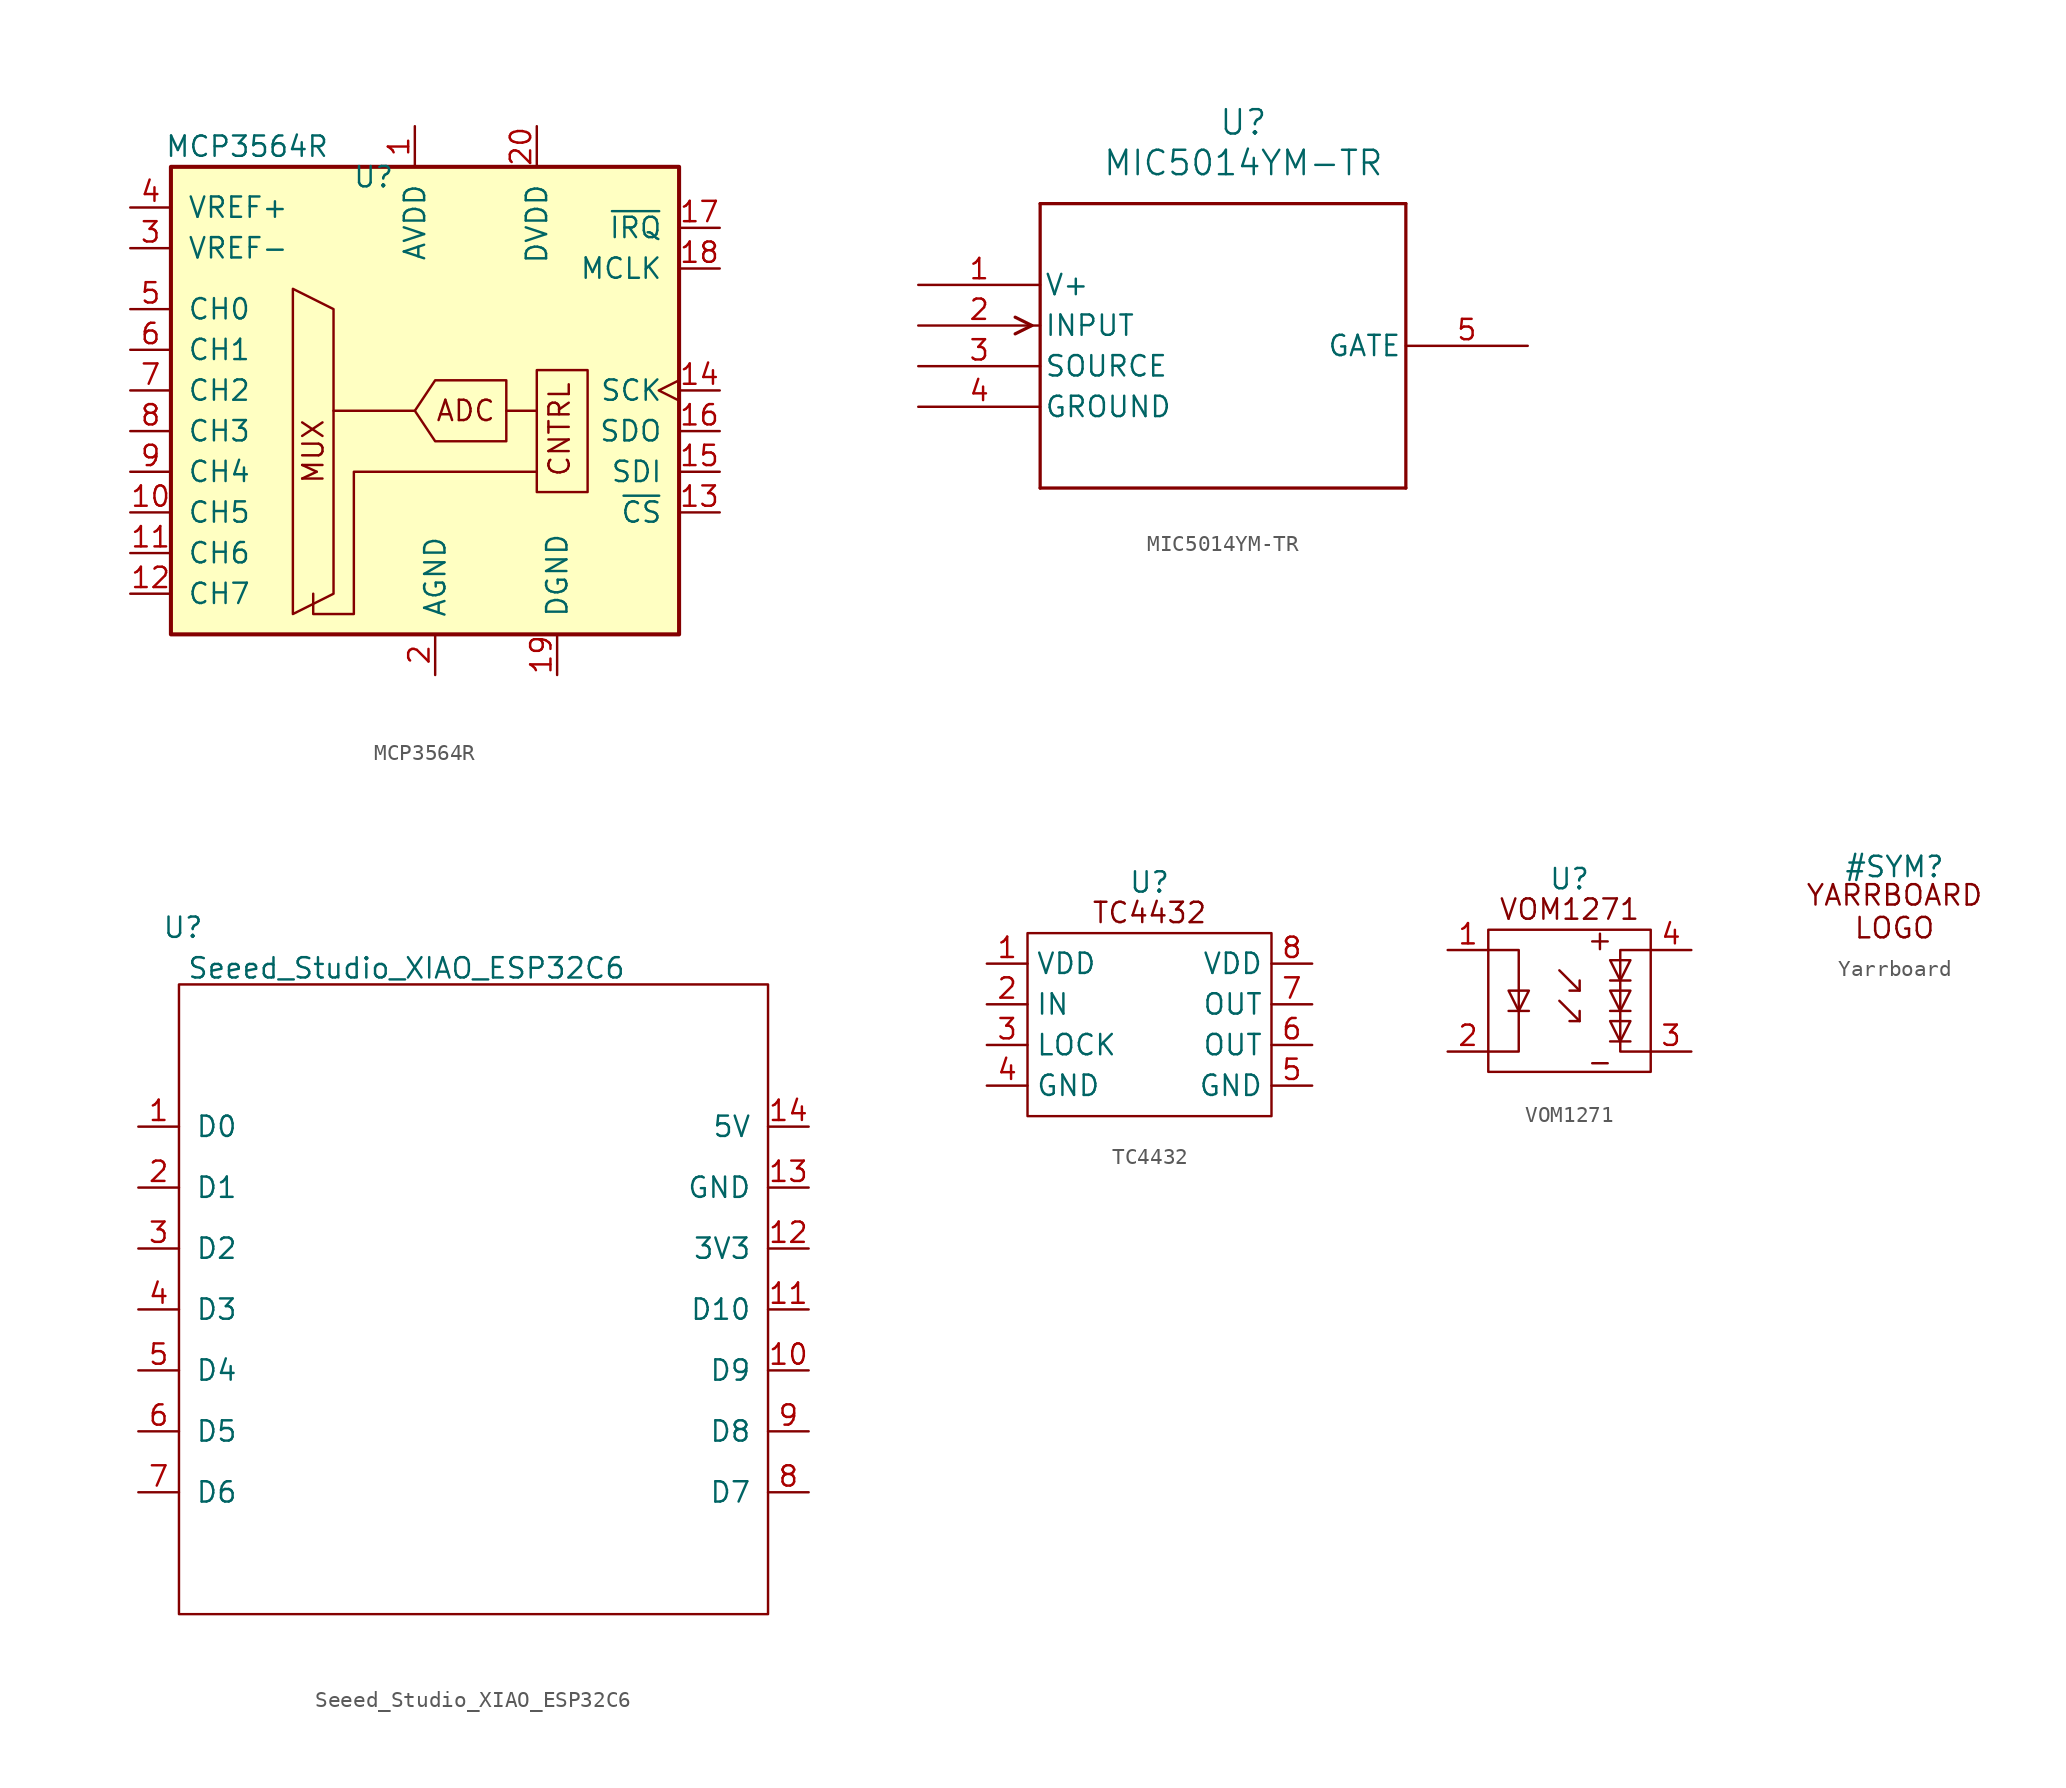
<source format=kicad_sym>
(kicad_symbol_lib
  (version 20231120)
  (generator "kicad_symbol_editor")
  (generator_version "8.0")
  (symbol "MCP3564R"
    (pin_names
      (offset 1.016))
    (property "Reference" "U"
      (at -5.08 15.875 0)
      (effects (font (size 1.27 1.27)) (justify right)))
    (property "Value" "MCP3564R"
      (at -9.144 17.78 0)
      (effects (font (size 1.27 1.27)) (justify right)))
    (symbol "MCP3564R_0_0"
      (text "ADC" (at -0.635 1.27 0) (effects (font (size 1.27 1.27))))
      (text "CNTRL" (at 5.969 -2.921 900) (effects (font (size 1.27 1.27)) (justify left bottom)))
      (text "MUX" (at -10.16 -1.27 900) (effects (font (size 1.27 1.27)))))
    (symbol "MCP3564R_0_1"
      (rectangle (start -19.05 16.51) (end 12.7 -12.7) (stroke (width 0.254) (type default)) (fill (type background)))
      (polyline (pts (xy -3.81 1.27) (xy -8.89 1.27)) (stroke (width 0) (type default)) (fill (type none)))
      (polyline (pts (xy 1.905 1.27) (xy 3.81 1.27)) (stroke (width 0) (type default)) (fill (type none)))
      (polyline (pts (xy -11.43 8.89) (xy -11.43 -11.43) (xy -8.89 -10.16) (xy -8.89 7.62) (xy -11.43 8.89)) (stroke (width 0) (type default)) (fill (type none)))
      (polyline (pts (xy 3.81 -2.54) (xy -7.62 -2.54) (xy -7.62 -11.43) (xy -10.16 -11.43) (xy -10.16 -10.16)) (stroke (width 0) (type default)) (fill (type none)))
      (polyline (pts (xy 1.905 3.175) (xy 1.905 -0.635) (xy -2.54 -0.635) (xy -3.81 1.27) (xy -2.54 3.175) (xy 1.905 3.175)) (stroke (width 0) (type default)) (fill (type none)))
      (rectangle (start 3.81 -3.81) (end 6.985 3.81) (stroke (width 0) (type default)) (fill (type none))))
    (symbol "MCP3564R_1_1"
      (pin power_in line (at -3.81 19.05 270) (length 2.54) (name "AVDD" (effects (font (size 1.27 1.27)))) (number "1" (effects (font (size 1.27 1.27)))))
      (pin input line (at -21.59 -5.08 0) (length 2.54) (name "CH5" (effects (font (size 1.27 1.27)))) (number "10" (effects (font (size 1.27 1.27)))))
      (pin input line (at -21.59 -7.62 0) (length 2.54) (name "CH6" (effects (font (size 1.27 1.27)))) (number "11" (effects (font (size 1.27 1.27)))))
      (pin input line (at -21.59 -10.16 0) (length 2.54) (name "CH7" (effects (font (size 1.27 1.27)))) (number "12" (effects (font (size 1.27 1.27)))))
      (pin input line (at 15.24 -5.08 180) (length 2.54) (name "~{CS}" (effects (font (size 1.27 1.27)))) (number "13" (effects (font (size 1.27 1.27)))))
      (pin input clock (at 15.24 2.54 180) (length 2.54) (name "SCK" (effects (font (size 1.27 1.27)))) (number "14" (effects (font (size 1.27 1.27)))))
      (pin input line (at 15.24 -2.54 180) (length 2.54) (name "SDI" (effects (font (size 1.27 1.27)))) (number "15" (effects (font (size 1.27 1.27)))))
      (pin output line (at 15.24 0 180) (length 2.54) (name "SDO" (effects (font (size 1.27 1.27)))) (number "16" (effects (font (size 1.27 1.27)))))
      (pin power_in line (at 15.24 12.7 180) (length 2.54) (name "~{IRQ}" (effects (font (size 1.27 1.27)))) (number "17" (effects (font (size 1.27 1.27)))))
      (pin power_in line (at 15.24 10.16 180) (length 2.54) (name "MCLK" (effects (font (size 1.27 1.27)))) (number "18" (effects (font (size 1.27 1.27)))))
      (pin power_in line (at 5.08 -15.24 90) (length 2.54) (name "DGND" (effects (font (size 1.27 1.27)))) (number "19" (effects (font (size 1.27 1.27)))))
      (pin power_in line (at -2.54 -15.24 90) (length 2.54) (name "AGND" (effects (font (size 1.27 1.27)))) (number "2" (effects (font (size 1.27 1.27)))))
      (pin power_in line (at 3.81 19.05 270) (length 2.54) (name "DVDD" (effects (font (size 1.27 1.27)))) (number "20" (effects (font (size 1.27 1.27)))))
      (pin power_in line (at -21.59 11.43 0) (length 2.54) (name "VREF-" (effects (font (size 1.27 1.27)))) (number "3" (effects (font (size 1.27 1.27)))))
      (pin power_in line (at -21.59 13.97 0) (length 2.54) (name "VREF+" (effects (font (size 1.27 1.27)))) (number "4" (effects (font (size 1.27 1.27)))))
      (pin input line (at -21.59 7.62 0) (length 2.54) (name "CH0" (effects (font (size 1.27 1.27)))) (number "5" (effects (font (size 1.27 1.27)))))
      (pin input line (at -21.59 5.08 0) (length 2.54) (name "CH1" (effects (font (size 1.27 1.27)))) (number "6" (effects (font (size 1.27 1.27)))))
      (pin input line (at -21.59 2.54 0) (length 2.54) (name "CH2" (effects (font (size 1.27 1.27)))) (number "7" (effects (font (size 1.27 1.27)))))
      (pin input line (at -21.59 0 0) (length 2.54) (name "CH3" (effects (font (size 1.27 1.27)))) (number "8" (effects (font (size 1.27 1.27)))))
      (pin input line (at -21.59 -2.54 0) (length 2.54) (name "CH4" (effects (font (size 1.27 1.27)))) (number "9" (effects (font (size 1.27 1.27)))))))
  (symbol "MIC5014YM-TR"
    (pin_names
      (offset 0.254))
    (property "Reference" "U"
      (at 33.02 10.16 0)
      (effects (font (size 1.524 1.524))))
    (property "Value" "MIC5014YM-TR"
      (at 33.02 7.62 0)
      (effects (font (size 1.524 1.524))))
    (property "ki_locked" ""
      (at 0 0 0)
      (effects (font (size 1.27 1.27))))
    (symbol "MIC5014YM-TR_0_1"
      (polyline (pts (xy 19.799 -2.54) (xy 18.758 -3.061)) (stroke (width 0.203) (type default)) (fill (type none)))
      (polyline (pts (xy 19.799 -2.54) (xy 18.758 -2.019)) (stroke (width 0.203) (type default)) (fill (type none)))
      (polyline (pts (xy 20.32 -12.7) (xy 43.18 -12.7)) (stroke (width 0.203) (type default)) (fill (type none)))
      (polyline (pts (xy 20.32 5.08) (xy 20.32 -12.7)) (stroke (width 0.203) (type default)) (fill (type none)))
      (polyline (pts (xy 43.18 -12.7) (xy 43.18 5.08)) (stroke (width 0.203) (type default)) (fill (type none)))
      (polyline (pts (xy 43.18 5.08) (xy 20.32 5.08)) (stroke (width 0.203) (type default)) (fill (type none)))
      (pin power_in line (at 12.7 0 0) (length 7.62) (name "V+" (effects (font (size 1.27 1.27)))) (number "1" (effects (font (size 1.27 1.27)))))
      (pin input line (at 12.7 -2.54 0) (length 7.62) (name "INPUT" (effects (font (size 1.27 1.27)))) (number "2" (effects (font (size 1.27 1.27)))))
      (pin unspecified line (at 12.7 -5.08 0) (length 7.62) (name "SOURCE" (effects (font (size 1.27 1.27)))) (number "3" (effects (font (size 1.27 1.27)))))
      (pin power_in line (at 12.7 -7.62 0) (length 7.62) (name "GROUND" (effects (font (size 1.27 1.27)))) (number "4" (effects (font (size 1.27 1.27)))))
      (pin unspecified line (at 50.8 -3.81 180) (length 7.62) (name "GATE" (effects (font (size 1.27 1.27)))) (number "5" (effects (font (size 1.27 1.27))))))
    (symbol "MIC5014YM-TR_1_1"
      (pin no_connect line (at 45.72 -1.27 180) (length 2.54) hide (name "NC" (effects (font (size 1.27 1.27)))) (number "6" (effects (font (size 1.27 1.27)))))
      (pin no_connect line (at 45.72 1.27 180) (length 2.54) hide (name "NC" (effects (font (size 1.27 1.27)))) (number "7" (effects (font (size 1.27 1.27)))))
      (pin no_connect line (at 45.72 3.81 180) (length 2.54) hide (name "NC" (effects (font (size 1.27 1.27)))) (number "8" (effects (font (size 1.27 1.27)))))))
  (symbol "Seeed_Studio_XIAO_ESP32C6"
    (pin_names
      (offset 1.016))
    (property "Reference" "U"
      (at -18.796 23.876 0)
      (effects (font (size 1.27 1.27))))
    (property "Value" "Seeed_Studio_XIAO_ESP32C6"
      (at -4.826 21.336 0)
      (effects (font (size 1.27 1.27))))
    (symbol "Seeed_Studio_XIAO_ESP32C6_0_1"
      (rectangle (start -19.05 20.32) (end 17.78 -19.05) (stroke (width 0) (type default)) (fill (type none))))
    (symbol "Seeed_Studio_XIAO_ESP32C6_1_1"
      (pin bidirectional line (at -21.59 11.43 0) (length 2.54) (name "D0" (effects (font (size 1.27 1.27)))) (number "1" (effects (font (size 1.27 1.27)))))
      (pin bidirectional line (at 20.32 -3.81 180) (length 2.54) (name "D9" (effects (font (size 1.27 1.27)))) (number "10" (effects (font (size 1.27 1.27)))))
      (pin bidirectional line (at 20.32 0 180) (length 2.54) (name "D10" (effects (font (size 1.27 1.27)))) (number "11" (effects (font (size 1.27 1.27)))))
      (pin power_in line (at 20.32 3.81 180) (length 2.54) (name "3V3" (effects (font (size 1.27 1.27)))) (number "12" (effects (font (size 1.27 1.27)))))
      (pin power_in line (at 20.32 7.62 180) (length 2.54) (name "GND" (effects (font (size 1.27 1.27)))) (number "13" (effects (font (size 1.27 1.27)))))
      (pin power_in line (at 20.32 11.43 180) (length 2.54) (name "5V" (effects (font (size 1.27 1.27)))) (number "14" (effects (font (size 1.27 1.27)))))
      (pin bidirectional line (at -21.59 7.62 0) (length 2.54) (name "D1" (effects (font (size 1.27 1.27)))) (number "2" (effects (font (size 1.27 1.27)))))
      (pin bidirectional line (at -21.59 3.81 0) (length 2.54) (name "D2" (effects (font (size 1.27 1.27)))) (number "3" (effects (font (size 1.27 1.27)))))
      (pin bidirectional line (at -21.59 0 0) (length 2.54) (name "D3" (effects (font (size 1.27 1.27)))) (number "4" (effects (font (size 1.27 1.27)))))
      (pin bidirectional line (at -21.59 -3.81 0) (length 2.54) (name "D4" (effects (font (size 1.27 1.27)))) (number "5" (effects (font (size 1.27 1.27)))))
      (pin bidirectional line (at -21.59 -7.62 0) (length 2.54) (name "D5" (effects (font (size 1.27 1.27)))) (number "6" (effects (font (size 1.27 1.27)))))
      (pin bidirectional line (at -21.59 -11.43 0) (length 2.54) (name "D6" (effects (font (size 1.27 1.27)))) (number "7" (effects (font (size 1.27 1.27)))))
      (pin bidirectional line (at 20.32 -11.43 180) (length 2.54) (name "D7" (effects (font (size 1.27 1.27)))) (number "8" (effects (font (size 1.27 1.27)))))
      (pin bidirectional line (at 20.32 -7.62 180) (length 2.54) (name "D8" (effects (font (size 1.27 1.27)))) (number "9" (effects (font (size 1.27 1.27)))))))
  (symbol "TC4432"
    (property "Reference" "U"
      (at 0 0 0)
      (effects (font (size 1.27 1.27))))
    (property "Value" ""
      (at 0 0 0)
      (effects (font (size 1.27 1.27))))
    (symbol "TC4432_0_1"
      (polyline (pts (xy -7.62 -3.175) (xy -7.62 -14.605) (xy 7.62 -14.605) (xy 7.62 -3.175) (xy -7.62 -3.175)) (stroke (width 0) (type default)) (fill (type none))))
    (symbol "TC4432_1_1"
      (text "TC4432" (at 0 -1.905 0) (effects (font (size 1.27 1.27))))
      (pin input line (at -10.16 -5.08 0) (length 2.54) (name "VDD" (effects (font (size 1.27 1.27)))) (number "1" (effects (font (size 1.27 1.27)))))
      (pin input line (at -10.16 -7.62 0) (length 2.54) (name "IN" (effects (font (size 1.27 1.27)))) (number "2" (effects (font (size 1.27 1.27)))))
      (pin input line (at -10.16 -10.16 0) (length 2.54) (name "LOCK" (effects (font (size 1.27 1.27)))) (number "3" (effects (font (size 1.27 1.27)))))
      (pin input line (at -10.16 -12.7 0) (length 2.54) (name "GND" (effects (font (size 1.27 1.27)))) (number "4" (effects (font (size 1.27 1.27)))))
      (pin input line (at 10.16 -12.7 180) (length 2.54) (name "GND" (effects (font (size 1.27 1.27)))) (number "5" (effects (font (size 1.27 1.27)))))
      (pin input line (at 10.16 -10.16 180) (length 2.54) (name "OUT" (effects (font (size 1.27 1.27)))) (number "6" (effects (font (size 1.27 1.27)))))
      (pin input line (at 10.16 -7.62 180) (length 2.54) (name "OUT" (effects (font (size 1.27 1.27)))) (number "7" (effects (font (size 1.27 1.27)))))
      (pin input line (at 10.16 -5.08 180) (length 2.54) (name "VDD" (effects (font (size 1.27 1.27)))) (number "8" (effects (font (size 1.27 1.27)))))))
  (symbol "VOM1271"
    (property "Reference" "U"
      (at 0 1.905 0)
      (effects (font (size 1.27 1.27))))
    (property "Value" ""
      (at 0 0 0)
      (effects (font (size 1.27 1.27))))
    (symbol "VOM1271_0_1"
      (rectangle (start -5.08 -1.27) (end 5.08 -10.16) (stroke (width 0) (type default)) (fill (type none)))
      (polyline (pts (xy -3.175 -6.35) (xy -3.81 -6.35) (xy -2.54 -6.35)) (stroke (width 0) (type default)) (fill (type none)))
      (polyline (pts (xy 3.175 -8.255) (xy 2.54 -8.255) (xy 3.81 -8.255)) (stroke (width 0) (type default)) (fill (type none)))
      (polyline (pts (xy 3.175 -6.35) (xy 2.54 -6.35) (xy 3.81 -6.35)) (stroke (width 0) (type default)) (fill (type none)))
      (polyline (pts (xy 3.175 -4.445) (xy 2.54 -4.445) (xy 3.81 -4.445)) (stroke (width 0) (type default)) (fill (type none)))
      (polyline (pts (xy -5.08 -2.54) (xy -3.175 -2.54) (xy -3.175 -8.89) (xy -5.08 -8.89)) (stroke (width 0) (type default)) (fill (type none)))
      (polyline (pts (xy -3.81 -5.08) (xy -2.54 -5.08) (xy -3.175 -6.35) (xy -3.81 -5.08)) (stroke (width 0) (type default)) (fill (type none)))
      (polyline (pts (xy 2.54 -6.985) (xy 3.81 -6.985) (xy 3.175 -8.255) (xy 2.54 -6.985)) (stroke (width 0) (type default)) (fill (type none)))
      (polyline (pts (xy 2.54 -5.08) (xy 3.81 -5.08) (xy 3.175 -6.35) (xy 2.54 -5.08)) (stroke (width 0) (type default)) (fill (type none)))
      (polyline (pts (xy 2.54 -3.175) (xy 3.81 -3.175) (xy 3.175 -4.445) (xy 2.54 -3.175)) (stroke (width 0) (type default)) (fill (type none)))
      (polyline (pts (xy 5.08 -2.54) (xy 3.175 -2.54) (xy 3.175 -8.89) (xy 5.08 -8.89)) (stroke (width 0) (type default)) (fill (type none))))
    (symbol "VOM1271_1_1"
      (polyline (pts (xy -0.635 -5.715) (xy 0.635 -6.985)) (stroke (width 0) (type default)) (fill (type none)))
      (polyline (pts (xy -0.635 -3.81) (xy 0.635 -5.08)) (stroke (width 0) (type default)) (fill (type none)))
      (polyline (pts (xy 0 -6.985) (xy 0.635 -6.985) (xy 0.635 -6.35)) (stroke (width 0) (type default)) (fill (type none)))
      (polyline (pts (xy 0 -5.08) (xy 0.635 -5.08) (xy 0.635 -4.445)) (stroke (width 0) (type default)) (fill (type none)))
      (text "+" (at 1.905 -1.905 0) (effects (font (size 1.27 1.27))))
      (text "-" (at 1.905 -9.525 0) (effects (font (size 1.27 1.27))))
      (text "VOM1271\n" (at 0 0 0) (effects (font (size 1.27 1.27))))
      (pin input line (at -7.62 -2.54 0) (length 2.54) (name "" (effects (font (size 1.27 1.27)))) (number "1" (effects (font (size 1.27 1.27)))))
      (pin input line (at -7.62 -8.89 0) (length 2.54) (name "" (effects (font (size 1.27 1.27)))) (number "2" (effects (font (size 1.27 1.27)))))
      (pin input line (at 7.62 -8.89 180) (length 2.54) (name "" (effects (font (size 1.27 1.27)))) (number "3" (effects (font (size 1.27 1.27)))))
      (pin input line (at 7.62 -2.54 180) (length 2.54) (name "" (effects (font (size 1.27 1.27)))) (number "4" (effects (font (size 1.27 1.27)))))))
  (symbol "Yarrboard"
    (property "Reference" "#SYM"
      (at 0 0 0)
      (effects (font (size 1.27 1.27))))
    (property "Value" ""
      (at 0 0 0)
      (effects (font (size 1.27 1.27))))
    (symbol "Yarrboard_1_1"
      (text "YARRBOARD\nLOGO" (at 0 -2.794 0) (effects (font (size 1.27 1.27)))))))
</source>
